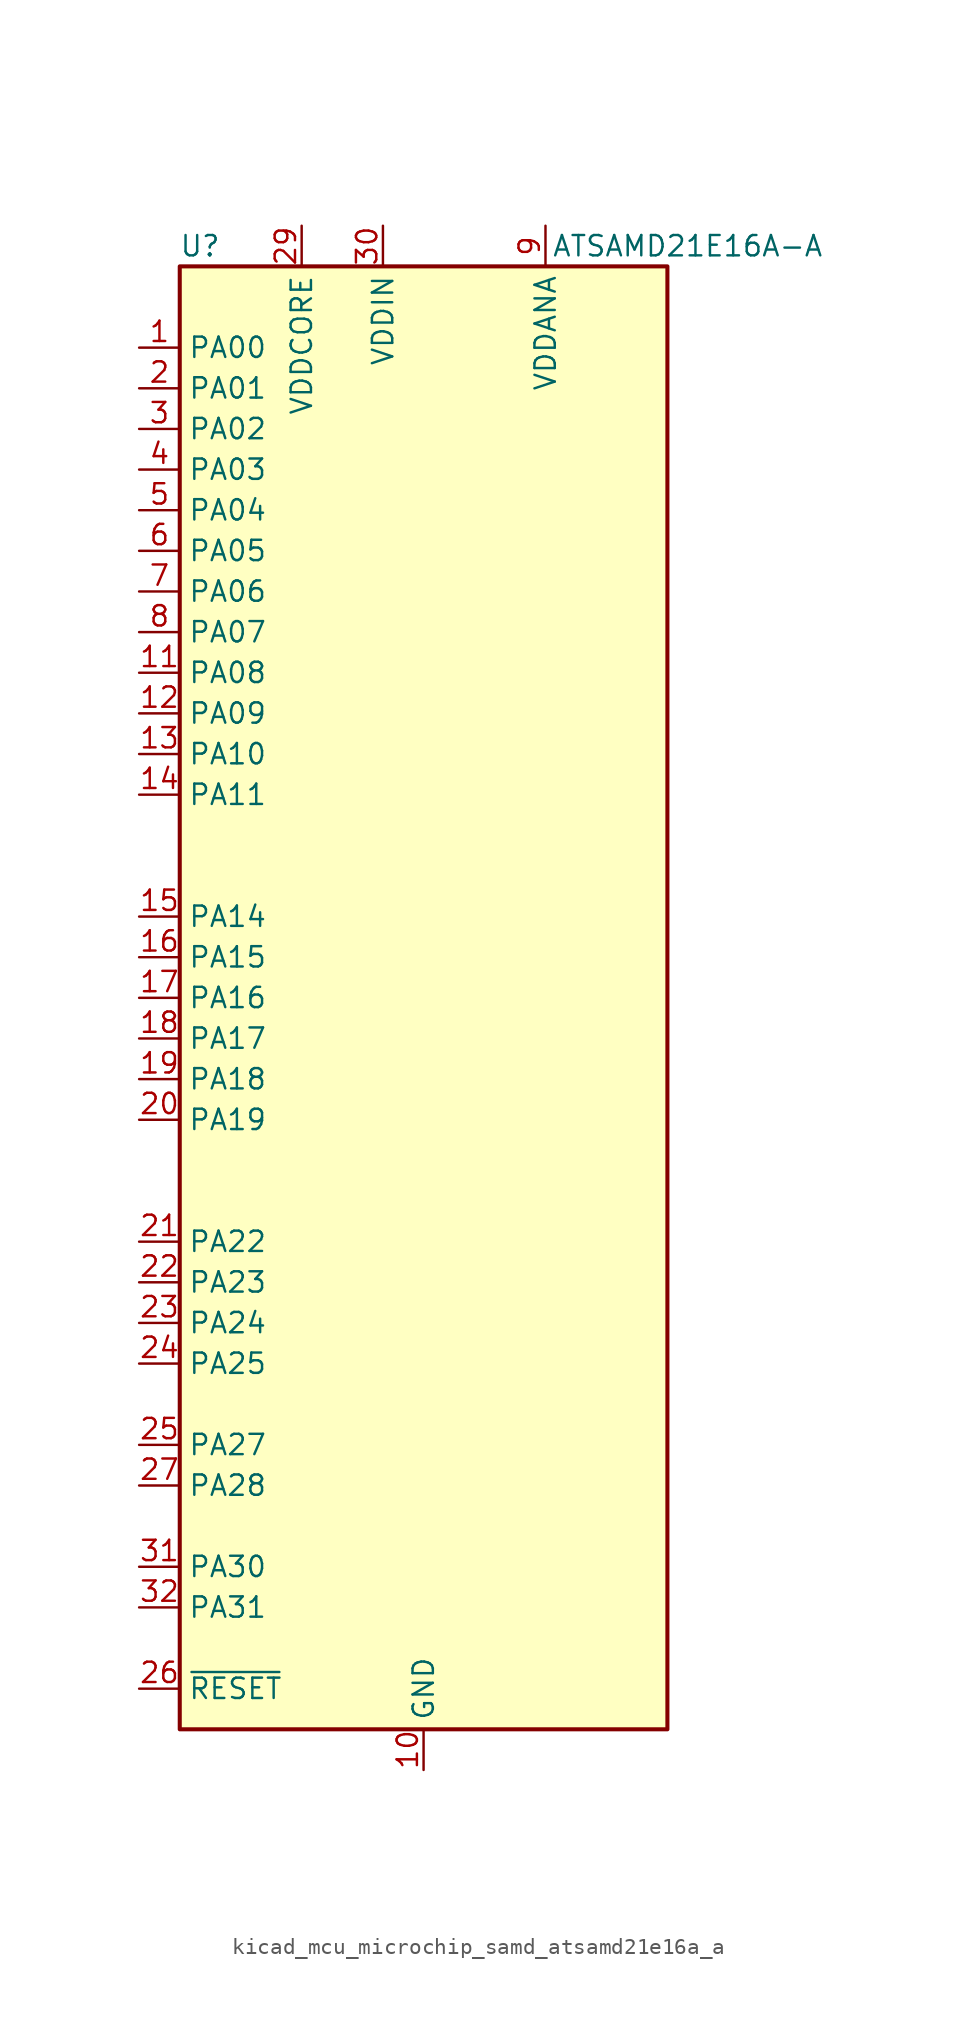
<source format=kicad_sym>
(kicad_symbol_lib
  (version 20220914)
  (generator kicad_symbol_editor)
  (symbol "kicad_mcu_microchip_samd_atsamd21e16a_a"
    (property "Reference" "U"
      (at -13.97 46.99 0)
      (effects (font (size 1.27 1.27))))
    (property "Value" "ATSAMD21E16A-A"
      (at 16.51 46.99 0)
      (effects (font (size 1.27 1.27))))
    (symbol "kicad_mcu_microchip_samd_atsamd21e16a_a_1_1"
      (rectangle (start -15.24 45.72) (end 15.24 -45.72) (stroke (width 0.254) (type default)) (fill (type background)))
      (pin bidirectional line (at -17.78 40.64 0) (length 2.54) (name "PA00" (effects (font (size 1.27 1.27)))) (number "1" (effects (font (size 1.27 1.27)))))
      (pin power_in line (at 0 -48.26 90) (length 2.54) (name "GND" (effects (font (size 1.27 1.27)))) (number "10" (effects (font (size 1.27 1.27)))))
      (pin bidirectional line (at -17.78 20.32 0) (length 2.54) (name "PA08" (effects (font (size 1.27 1.27)))) (number "11" (effects (font (size 1.27 1.27)))))
      (pin bidirectional line (at -17.78 17.78 0) (length 2.54) (name "PA09" (effects (font (size 1.27 1.27)))) (number "12" (effects (font (size 1.27 1.27)))))
      (pin bidirectional line (at -17.78 15.24 0) (length 2.54) (name "PA10" (effects (font (size 1.27 1.27)))) (number "13" (effects (font (size 1.27 1.27)))))
      (pin bidirectional line (at -17.78 12.7 0) (length 2.54) (name "PA11" (effects (font (size 1.27 1.27)))) (number "14" (effects (font (size 1.27 1.27)))))
      (pin bidirectional line (at -17.78 5.08 0) (length 2.54) (name "PA14" (effects (font (size 1.27 1.27)))) (number "15" (effects (font (size 1.27 1.27)))))
      (pin bidirectional line (at -17.78 2.54 0) (length 2.54) (name "PA15" (effects (font (size 1.27 1.27)))) (number "16" (effects (font (size 1.27 1.27)))))
      (pin bidirectional line (at -17.78 0 0) (length 2.54) (name "PA16" (effects (font (size 1.27 1.27)))) (number "17" (effects (font (size 1.27 1.27)))))
      (pin bidirectional line (at -17.78 -2.54 0) (length 2.54) (name "PA17" (effects (font (size 1.27 1.27)))) (number "18" (effects (font (size 1.27 1.27)))))
      (pin bidirectional line (at -17.78 -5.08 0) (length 2.54) (name "PA18" (effects (font (size 1.27 1.27)))) (number "19" (effects (font (size 1.27 1.27)))))
      (pin bidirectional line (at -17.78 38.1 0) (length 2.54) (name "PA01" (effects (font (size 1.27 1.27)))) (number "2" (effects (font (size 1.27 1.27)))))
      (pin bidirectional line (at -17.78 -7.62 0) (length 2.54) (name "PA19" (effects (font (size 1.27 1.27)))) (number "20" (effects (font (size 1.27 1.27)))))
      (pin bidirectional line (at -17.78 -15.24 0) (length 2.54) (name "PA22" (effects (font (size 1.27 1.27)))) (number "21" (effects (font (size 1.27 1.27)))))
      (pin bidirectional line (at -17.78 -17.78 0) (length 2.54) (name "PA23" (effects (font (size 1.27 1.27)))) (number "22" (effects (font (size 1.27 1.27)))))
      (pin bidirectional line (at -17.78 -20.32 0) (length 2.54) (name "PA24" (effects (font (size 1.27 1.27)))) (number "23" (effects (font (size 1.27 1.27)))))
      (pin bidirectional line (at -17.78 -22.86 0) (length 2.54) (name "PA25" (effects (font (size 1.27 1.27)))) (number "24" (effects (font (size 1.27 1.27)))))
      (pin bidirectional line (at -17.78 -27.94 0) (length 2.54) (name "PA27" (effects (font (size 1.27 1.27)))) (number "25" (effects (font (size 1.27 1.27)))))
      (pin input line (at -17.78 -43.18 0) (length 2.54) (name "~{RESET}" (effects (font (size 1.27 1.27)))) (number "26" (effects (font (size 1.27 1.27)))))
      (pin bidirectional line (at -17.78 -30.48 0) (length 2.54) (name "PA28" (effects (font (size 1.27 1.27)))) (number "27" (effects (font (size 1.27 1.27)))))
      (pin passive line (at 0 -48.26 90) (length 2.54) hide (name "GND" (effects (font (size 1.27 1.27)))) (number "28" (effects (font (size 1.27 1.27)))))
      (pin power_out line (at -7.62 48.26 270) (length 2.54) (name "VDDCORE" (effects (font (size 1.27 1.27)))) (number "29" (effects (font (size 1.27 1.27)))))
      (pin bidirectional line (at -17.78 35.56 0) (length 2.54) (name "PA02" (effects (font (size 1.27 1.27)))) (number "3" (effects (font (size 1.27 1.27)))))
      (pin power_in line (at -2.54 48.26 270) (length 2.54) (name "VDDIN" (effects (font (size 1.27 1.27)))) (number "30" (effects (font (size 1.27 1.27)))))
      (pin bidirectional line (at -17.78 -35.56 0) (length 2.54) (name "PA30" (effects (font (size 1.27 1.27)))) (number "31" (effects (font (size 1.27 1.27)))))
      (pin bidirectional line (at -17.78 -38.1 0) (length 2.54) (name "PA31" (effects (font (size 1.27 1.27)))) (number "32" (effects (font (size 1.27 1.27)))))
      (pin bidirectional line (at -17.78 33.02 0) (length 2.54) (name "PA03" (effects (font (size 1.27 1.27)))) (number "4" (effects (font (size 1.27 1.27)))))
      (pin bidirectional line (at -17.78 30.48 0) (length 2.54) (name "PA04" (effects (font (size 1.27 1.27)))) (number "5" (effects (font (size 1.27 1.27)))))
      (pin bidirectional line (at -17.78 27.94 0) (length 2.54) (name "PA05" (effects (font (size 1.27 1.27)))) (number "6" (effects (font (size 1.27 1.27)))))
      (pin bidirectional line (at -17.78 25.4 0) (length 2.54) (name "PA06" (effects (font (size 1.27 1.27)))) (number "7" (effects (font (size 1.27 1.27)))))
      (pin bidirectional line (at -17.78 22.86 0) (length 2.54) (name "PA07" (effects (font (size 1.27 1.27)))) (number "8" (effects (font (size 1.27 1.27)))))
      (pin power_in line (at 7.62 48.26 270) (length 2.54) (name "VDDANA" (effects (font (size 1.27 1.27)))) (number "9" (effects (font (size 1.27 1.27))))))))
</source>
